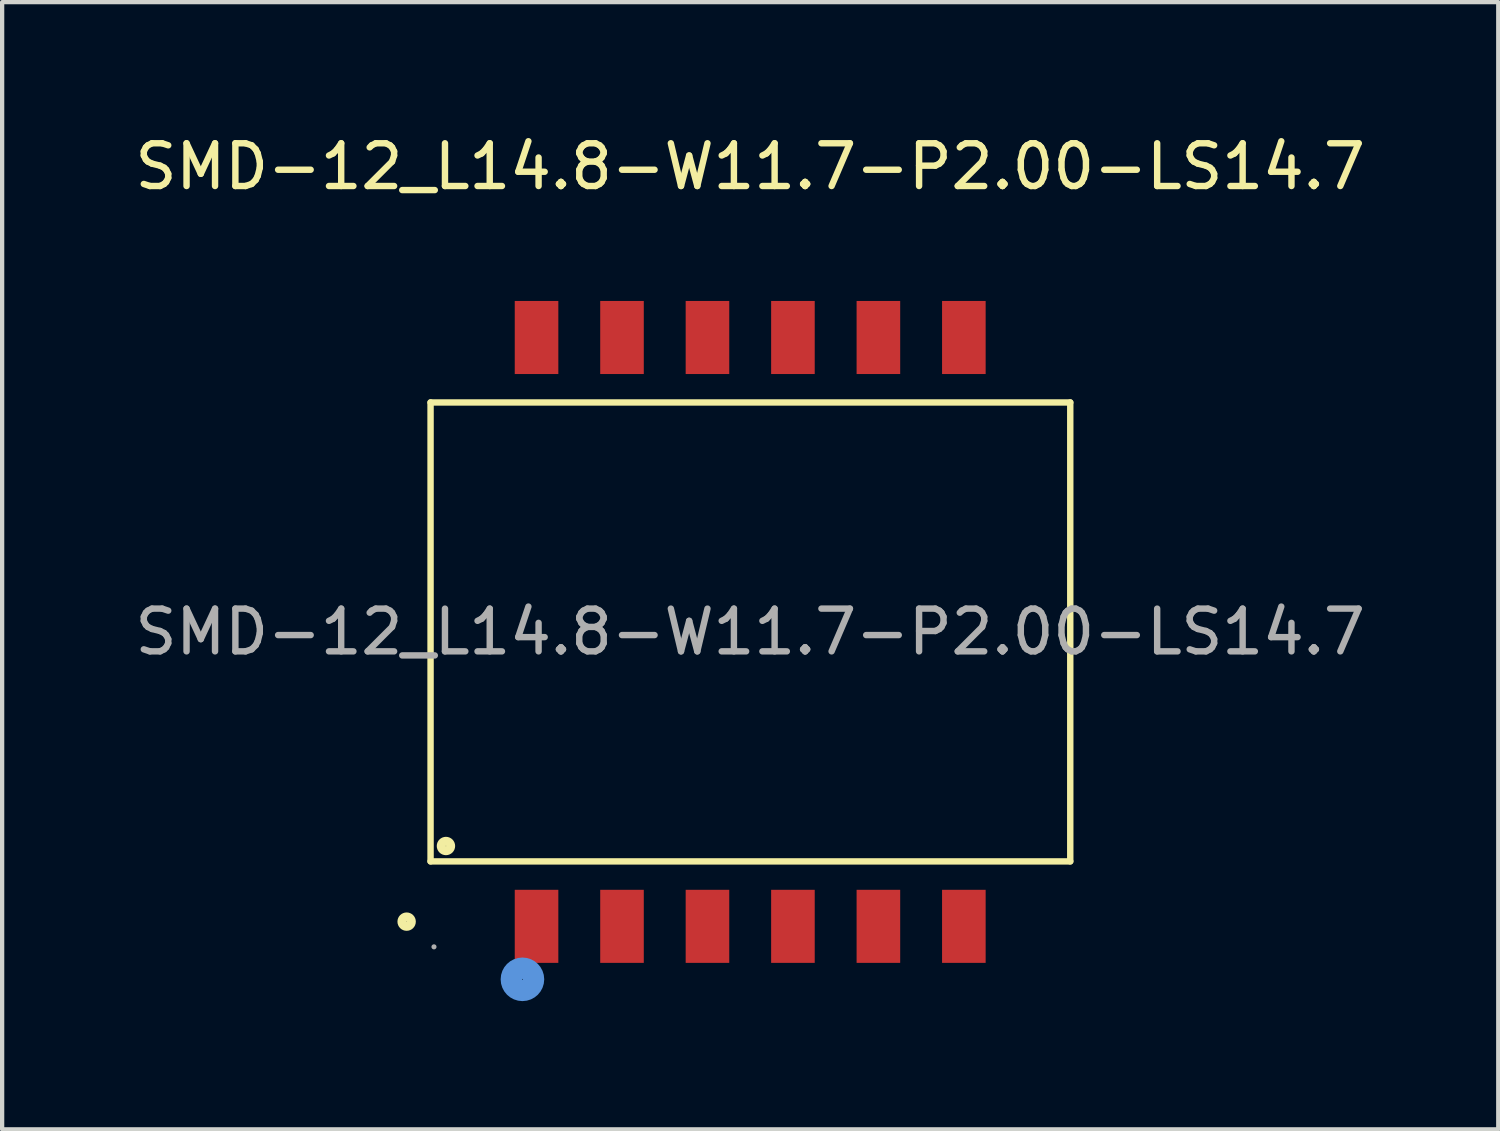
<source format=kicad_pcb>
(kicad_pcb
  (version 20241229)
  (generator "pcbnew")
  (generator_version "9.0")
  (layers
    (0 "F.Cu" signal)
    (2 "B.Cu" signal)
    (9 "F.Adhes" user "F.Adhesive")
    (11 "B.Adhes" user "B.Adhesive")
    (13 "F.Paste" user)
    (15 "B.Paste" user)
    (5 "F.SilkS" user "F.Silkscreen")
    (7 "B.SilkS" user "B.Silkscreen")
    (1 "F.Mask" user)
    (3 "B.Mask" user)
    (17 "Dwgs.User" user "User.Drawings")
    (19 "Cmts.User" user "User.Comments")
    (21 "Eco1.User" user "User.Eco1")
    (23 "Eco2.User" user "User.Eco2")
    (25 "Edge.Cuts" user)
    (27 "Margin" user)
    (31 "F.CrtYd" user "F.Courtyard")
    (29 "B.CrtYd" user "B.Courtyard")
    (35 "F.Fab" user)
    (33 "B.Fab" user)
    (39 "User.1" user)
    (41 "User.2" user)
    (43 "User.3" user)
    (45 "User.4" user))
  (footprint "SMD-12_L14.8-W11.7-P2.00-LS14.7"
    (layer "F.Cu")
    (at 14.506 11.738)
    (property "Reference" "SMD-12_L14.8-W11.7-P2.00-LS14.7" (at 0 -10.89 0) (layer "F.SilkS") (effects (font (size 1 1) (thickness 0.15))))
    (attr through_hole)
    (fp_line (start -7.48 -5.37) (end 7.49 -5.37) (stroke (width 0.15) (type solid)) (layer "F.SilkS"))
    (fp_line (start -7.48 5.37) (end -7.48 -5.37) (stroke (width 0.15) (type solid)) (layer "F.SilkS"))
    (fp_line (start 7.49 -5.37) (end 7.49 5.37) (stroke (width 0.15) (type solid)) (layer "F.SilkS"))
    (fp_line (start 7.49 5.37) (end -7.48 5.37) (stroke (width 0.15) (type solid)) (layer "F.SilkS"))
    (fp_circle (center -8.04 6.78) (end -7.93 6.78) (stroke (width 0.21) (type solid)) (fill no) (layer "F.SilkS"))
    (fp_circle (center -7.12 5.01) (end -7.01 5.01) (stroke (width 0.21) (type solid)) (fill no) (layer "F.SilkS"))
    (fp_circle (center -5.33 8.13) (end -5.07 8.13) (stroke (width 0.5) (type solid)) (fill no) (layer "Cmts.User"))
    (fp_circle (center -7.4 7.37) (end -7.37 7.37) (stroke (width 0.06) (type solid)) (fill no) (layer "F.Fab"))
    (fp_text user "${REFERENCE}" (at 0 0 0) (layer "F.Fab") (effects (font (size 1 1) (thickness 0.15))))
    (pad "1" smd rect (at -5 6.89) (size 1.02 1.71) (layers "F.Cu" "F.Mask" "F.Paste"))
    (pad "2" smd rect (at -3 6.89) (size 1.02 1.71) (layers "F.Cu" "F.Mask" "F.Paste"))
    (pad "3" smd rect (at -1 6.89) (size 1.02 1.71) (layers "F.Cu" "F.Mask" "F.Paste"))
    (pad "4" smd rect (at 1 6.89) (size 1.02 1.71) (layers "F.Cu" "F.Mask" "F.Paste"))
    (pad "5" smd rect (at 3 6.89) (size 1.02 1.71) (layers "F.Cu" "F.Mask" "F.Paste"))
    (pad "6" smd rect (at 5 6.89) (size 1.02 1.71) (layers "F.Cu" "F.Mask" "F.Paste"))
    (pad "7" smd rect (at 5 -6.89) (size 1.02 1.71) (layers "F.Cu" "F.Mask" "F.Paste"))
    (pad "8" smd rect (at 3 -6.89) (size 1.02 1.71) (layers "F.Cu" "F.Mask" "F.Paste"))
    (pad "9" smd rect (at 1 -6.89) (size 1.02 1.71) (layers "F.Cu" "F.Mask" "F.Paste"))
    (pad "10" smd rect (at -1 -6.89) (size 1.02 1.71) (layers "F.Cu" "F.Mask" "F.Paste"))
    (pad "11" smd rect (at -3 -6.89) (size 1.02 1.71) (layers "F.Cu" "F.Mask" "F.Paste"))
    (pad "12" smd rect (at -5 -6.89) (size 1.02 1.71) (layers "F.Cu" "F.Mask" "F.Paste")))
  (gr_rect
    (start -3 -3)
    (end 32.012 23.378)
    (stroke (width 0.1) (type default))
    (fill no)
    (layer "Edge.Cuts")))
</source>
